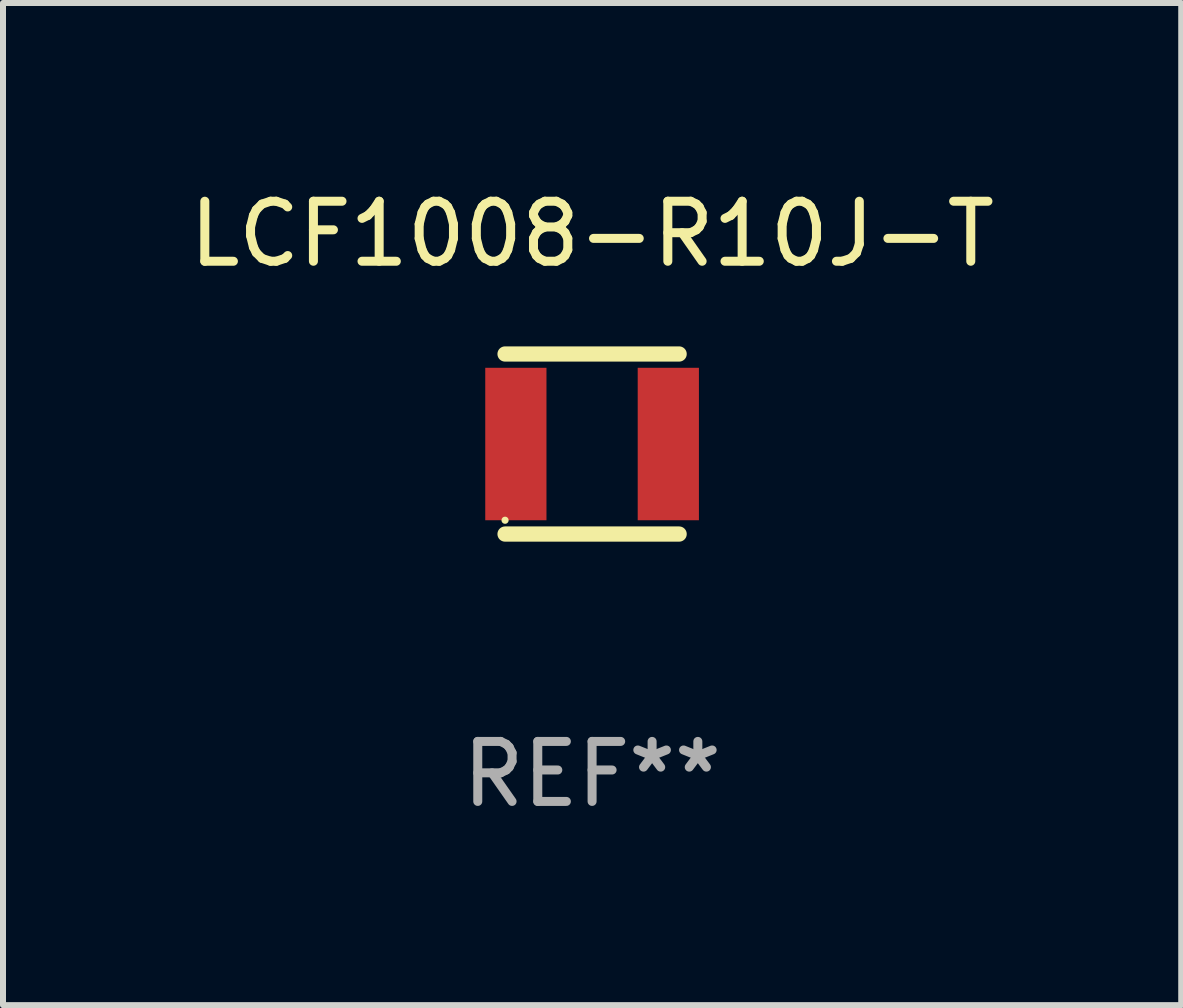
<source format=kicad_pcb>
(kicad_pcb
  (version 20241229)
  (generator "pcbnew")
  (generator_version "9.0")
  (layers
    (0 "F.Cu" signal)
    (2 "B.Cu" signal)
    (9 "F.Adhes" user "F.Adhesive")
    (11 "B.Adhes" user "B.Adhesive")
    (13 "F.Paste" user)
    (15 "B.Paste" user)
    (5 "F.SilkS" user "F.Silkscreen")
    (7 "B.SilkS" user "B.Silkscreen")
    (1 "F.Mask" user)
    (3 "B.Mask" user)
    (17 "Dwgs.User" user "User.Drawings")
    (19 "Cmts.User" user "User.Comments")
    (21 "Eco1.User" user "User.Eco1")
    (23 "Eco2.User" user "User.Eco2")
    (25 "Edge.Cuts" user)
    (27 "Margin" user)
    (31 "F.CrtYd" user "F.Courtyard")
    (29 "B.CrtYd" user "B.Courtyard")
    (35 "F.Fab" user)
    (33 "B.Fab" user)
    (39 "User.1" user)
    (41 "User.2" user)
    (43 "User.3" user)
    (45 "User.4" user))
  (footprint "LCF1008-R10J-T"
    (layer "F.Cu")
    (at 6.815 4.348)
    (property "Reference" "LCF1008-R10J-T" (at 0 -3.5 0) (layer "F.SilkS") (effects (font (size 1 1) (thickness 0.15))))
    (attr through_hole)
    (fp_line (start -1.45 -1.5) (end 1.45 -1.5) (stroke (width 0.254) (type solid)) (layer "F.SilkS"))
    (fp_line (start -1.45 1.5) (end 1.45 1.5) (stroke (width 0.254) (type solid)) (layer "F.SilkS"))
    (fp_circle (center -1.45 1.27) (end -1.42 1.27) (stroke (width 0.06) (type solid)) (fill no) (layer "F.SilkS"))
    (fp_text user "REF**" (at 0 5.5 0) (layer "F.Fab") (effects (font (size 1 1) (thickness 0.15))))
    (pad "1" smd rect (at -1.27 0 90) (size 2.54 1.02) (layers "F.Cu" "F.Mask" "F.Paste"))
    (pad "2" smd rect (at 1.27 0 90) (size 2.54 1.02) (layers "F.Cu" "F.Mask" "F.Paste")))
  (gr_rect
    (start -3 -3)
    (end 16.631 13.697)
    (stroke (width 0.1) (type default))
    (fill no)
    (layer "Edge.Cuts")))
</source>
